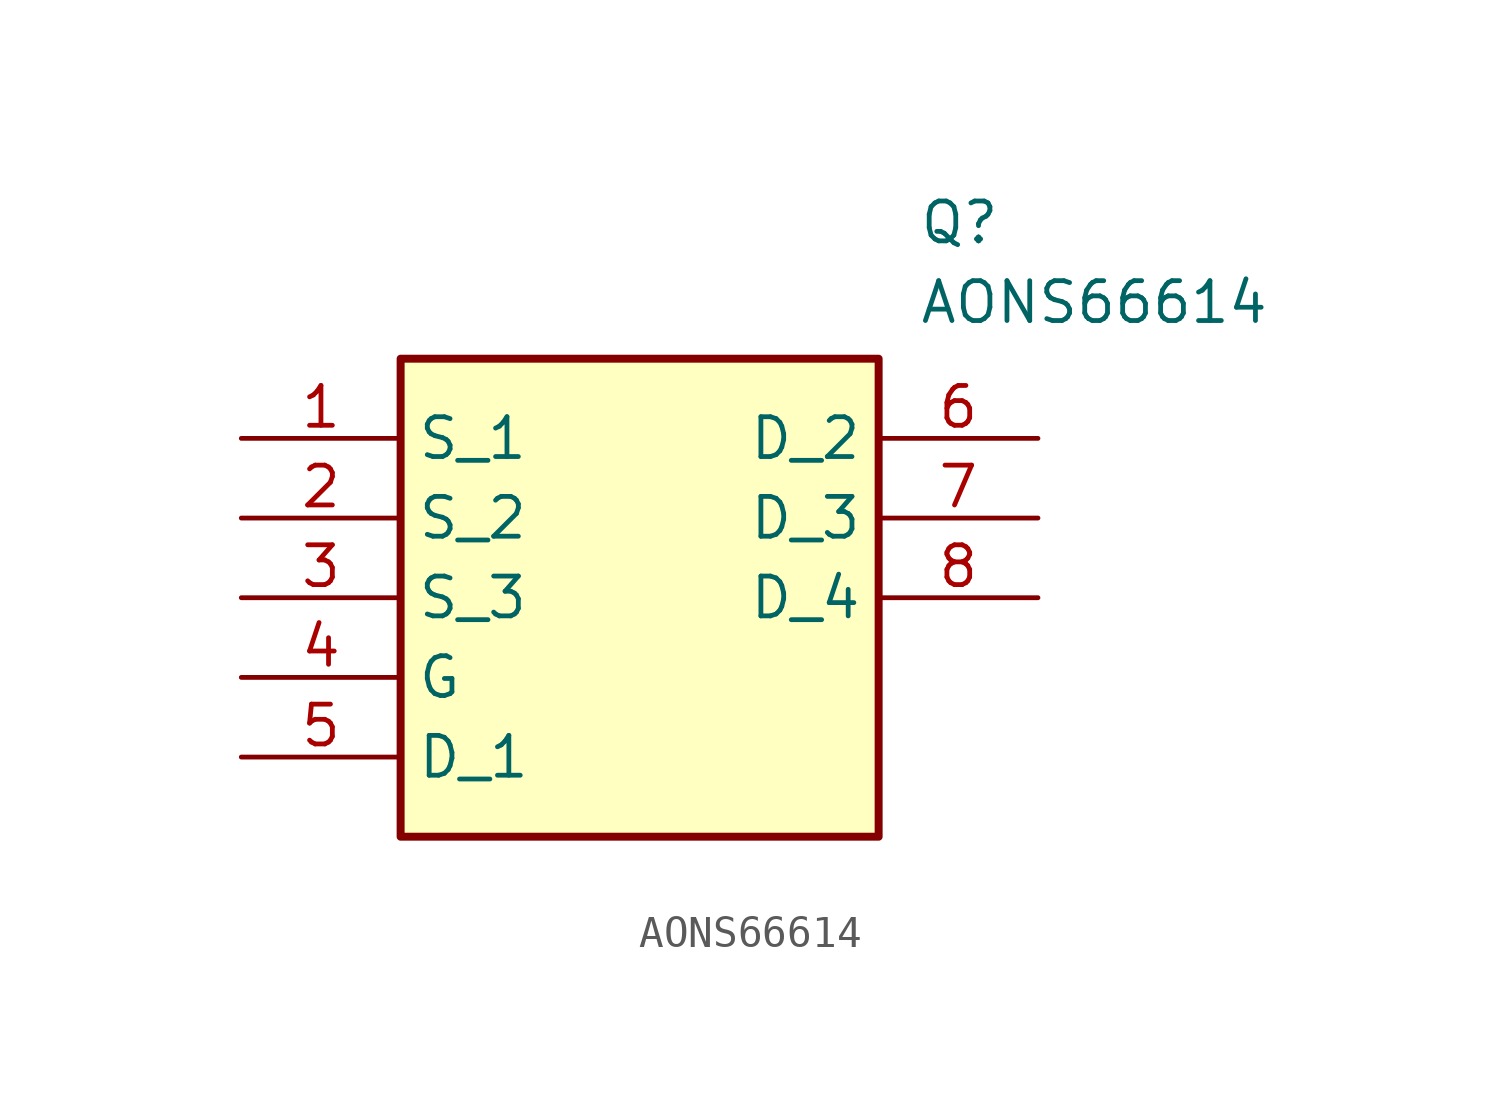
<source format=kicad_sym>
(kicad_symbol_lib
  (version 20241209)
  (generator "kicad_symbol_editor")
  (generator_version "9.0")
  (symbol "AONS66614"
    (property "Reference" "Q"
      (at 21.59 7.62 0)
      (effects (font (size 1.27 1.27)) (justify left top)))
    (property "Value" "AONS66614"
      (at 21.59 5.08 0)
      (effects (font (size 1.27 1.27)) (justify left top)))
    (symbol "AONS66614_1_1"
      (rectangle (start 5.08 2.54) (end 20.32 -12.7) (stroke (width 0.254) (type default)) (fill (type background)))
      (pin passive line (at 0 0 0) (length 5.08) (name "S_1" (effects (font (size 1.27 1.27)))) (number "1" (effects (font (size 1.27 1.27)))))
      (pin passive line (at 0 -2.54 0) (length 5.08) (name "S_2" (effects (font (size 1.27 1.27)))) (number "2" (effects (font (size 1.27 1.27)))))
      (pin passive line (at 0 -5.08 0) (length 5.08) (name "S_3" (effects (font (size 1.27 1.27)))) (number "3" (effects (font (size 1.27 1.27)))))
      (pin passive line (at 0 -7.62 0) (length 5.08) (name "G" (effects (font (size 1.27 1.27)))) (number "4" (effects (font (size 1.27 1.27)))))
      (pin passive line (at 0 -10.16 0) (length 5.08) (name "D_1" (effects (font (size 1.27 1.27)))) (number "5" (effects (font (size 1.27 1.27)))))
      (pin passive line (at 25.4 0 180) (length 5.08) (name "D_2" (effects (font (size 1.27 1.27)))) (number "6" (effects (font (size 1.27 1.27)))))
      (pin passive line (at 25.4 -2.54 180) (length 5.08) (name "D_3" (effects (font (size 1.27 1.27)))) (number "7" (effects (font (size 1.27 1.27)))))
      (pin passive line (at 25.4 -5.08 180) (length 5.08) (name "D_4" (effects (font (size 1.27 1.27)))) (number "8" (effects (font (size 1.27 1.27))))))))
</source>
